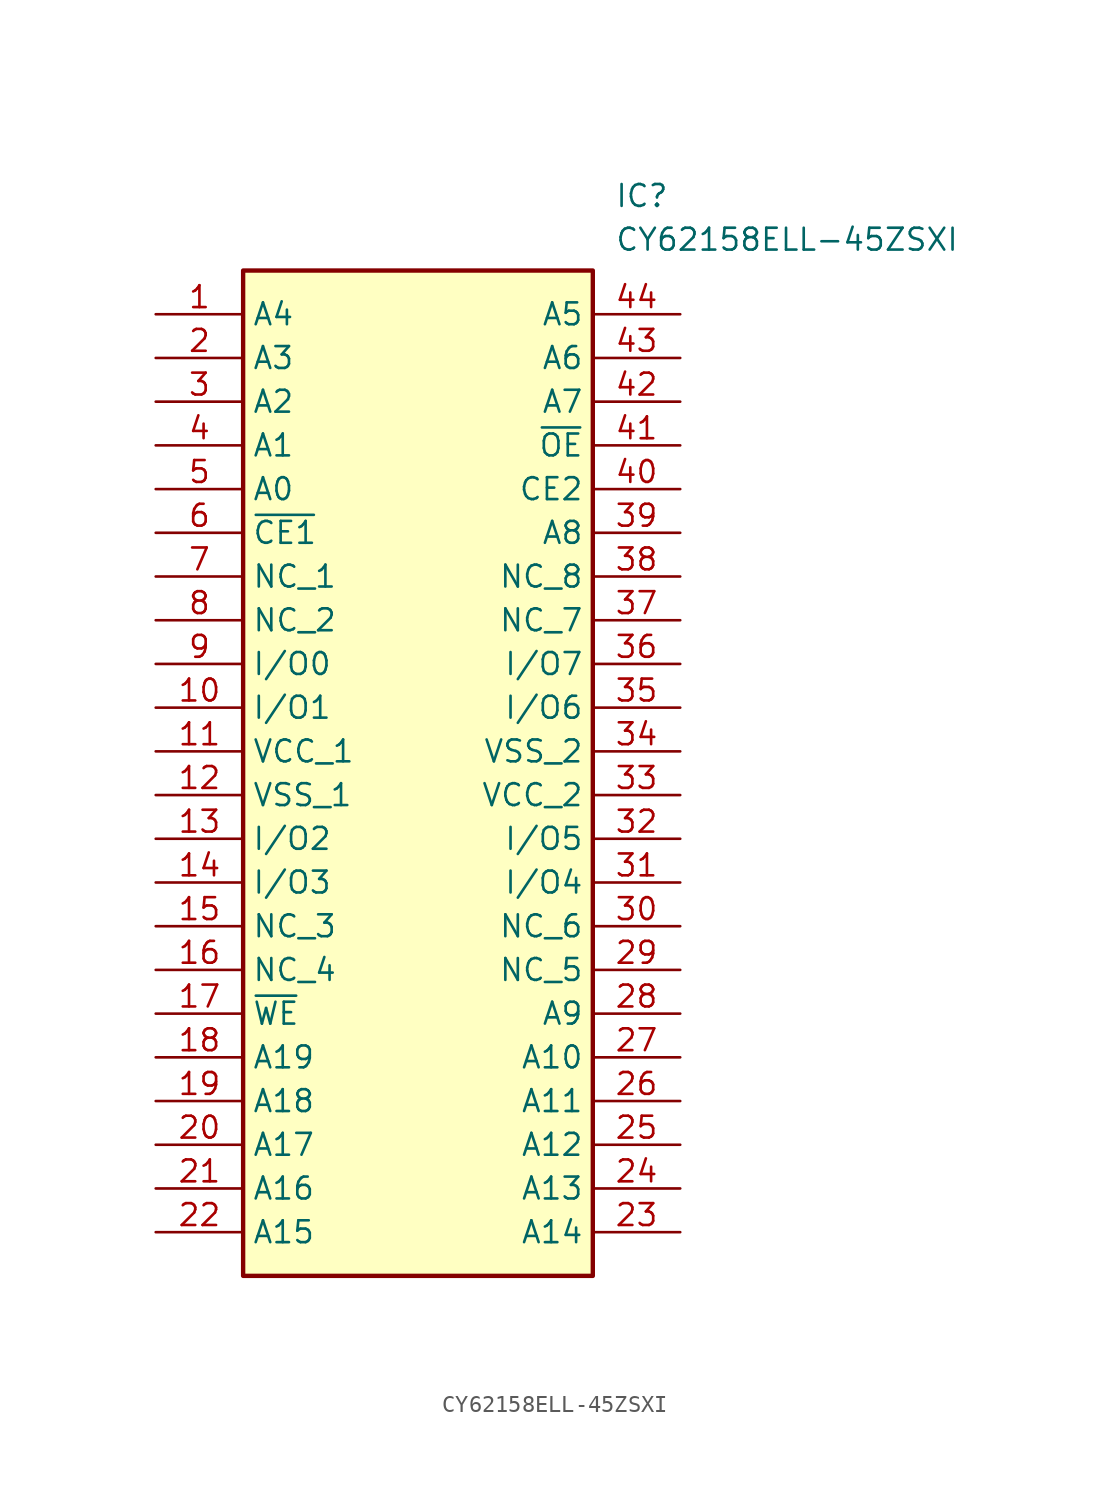
<source format=kicad_sym>
(kicad_symbol_lib
  (version 20211014)
  (generator SamacSys_ECAD_Model)
  (symbol "CY62158ELL-45ZSXI"
    (property "Reference" "IC"
      (at 26.67 7.62 0)
      (effects (font (size 1.27 1.27)) (justify left top)))
    (property "Value" "CY62158ELL-45ZSXI"
      (at 26.67 5.08 0)
      (effects (font (size 1.27 1.27)) (justify left top)))
    (rectangle
      (start 5.08 2.54)
      (end 25.4 -55.88)
      (stroke (width 0.254) (type default))
      (fill (type background)))
    (pin passive line
      (at 0 0 0)
      (length 5.08)
      (name "A4" (effects (font (size 1.27 1.27))))
      (number "1" (effects (font (size 1.27 1.27)))))
    (pin passive line
      (at 0 -2.54 0)
      (length 5.08)
      (name "A3" (effects (font (size 1.27 1.27))))
      (number "2" (effects (font (size 1.27 1.27)))))
    (pin passive line
      (at 0 -5.08 0)
      (length 5.08)
      (name "A2" (effects (font (size 1.27 1.27))))
      (number "3" (effects (font (size 1.27 1.27)))))
    (pin passive line
      (at 0 -7.62 0)
      (length 5.08)
      (name "A1" (effects (font (size 1.27 1.27))))
      (number "4" (effects (font (size 1.27 1.27)))))
    (pin passive line
      (at 0 -10.16 0)
      (length 5.08)
      (name "A0" (effects (font (size 1.27 1.27))))
      (number "5" (effects (font (size 1.27 1.27)))))
    (pin passive line
      (at 0 -12.7 0)
      (length 5.08)
      (name "~{CE1}" (effects (font (size 1.27 1.27))))
      (number "6" (effects (font (size 1.27 1.27)))))
    (pin passive line
      (at 0 -15.24 0)
      (length 5.08)
      (name "NC_1" (effects (font (size 1.27 1.27))))
      (number "7" (effects (font (size 1.27 1.27)))))
    (pin passive line
      (at 0 -17.78 0)
      (length 5.08)
      (name "NC_2" (effects (font (size 1.27 1.27))))
      (number "8" (effects (font (size 1.27 1.27)))))
    (pin passive line
      (at 0 -20.32 0)
      (length 5.08)
      (name "I/O0" (effects (font (size 1.27 1.27))))
      (number "9" (effects (font (size 1.27 1.27)))))
    (pin passive line
      (at 0 -22.86 0)
      (length 5.08)
      (name "I/O1" (effects (font (size 1.27 1.27))))
      (number "10" (effects (font (size 1.27 1.27)))))
    (pin passive line
      (at 0 -25.4 0)
      (length 5.08)
      (name "VCC_1" (effects (font (size 1.27 1.27))))
      (number "11" (effects (font (size 1.27 1.27)))))
    (pin passive line
      (at 0 -27.94 0)
      (length 5.08)
      (name "VSS_1" (effects (font (size 1.27 1.27))))
      (number "12" (effects (font (size 1.27 1.27)))))
    (pin passive line
      (at 0 -30.48 0)
      (length 5.08)
      (name "I/O2" (effects (font (size 1.27 1.27))))
      (number "13" (effects (font (size 1.27 1.27)))))
    (pin passive line
      (at 0 -33.02 0)
      (length 5.08)
      (name "I/O3" (effects (font (size 1.27 1.27))))
      (number "14" (effects (font (size 1.27 1.27)))))
    (pin passive line
      (at 0 -35.56 0)
      (length 5.08)
      (name "NC_3" (effects (font (size 1.27 1.27))))
      (number "15" (effects (font (size 1.27 1.27)))))
    (pin passive line
      (at 0 -38.1 0)
      (length 5.08)
      (name "NC_4" (effects (font (size 1.27 1.27))))
      (number "16" (effects (font (size 1.27 1.27)))))
    (pin passive line
      (at 0 -40.64 0)
      (length 5.08)
      (name "~{WE}" (effects (font (size 1.27 1.27))))
      (number "17" (effects (font (size 1.27 1.27)))))
    (pin passive line
      (at 0 -43.18 0)
      (length 5.08)
      (name "A19" (effects (font (size 1.27 1.27))))
      (number "18" (effects (font (size 1.27 1.27)))))
    (pin passive line
      (at 0 -45.72 0)
      (length 5.08)
      (name "A18" (effects (font (size 1.27 1.27))))
      (number "19" (effects (font (size 1.27 1.27)))))
    (pin passive line
      (at 0 -48.26 0)
      (length 5.08)
      (name "A17" (effects (font (size 1.27 1.27))))
      (number "20" (effects (font (size 1.27 1.27)))))
    (pin passive line
      (at 0 -50.8 0)
      (length 5.08)
      (name "A16" (effects (font (size 1.27 1.27))))
      (number "21" (effects (font (size 1.27 1.27)))))
    (pin passive line
      (at 0 -53.34 0)
      (length 5.08)
      (name "A15" (effects (font (size 1.27 1.27))))
      (number "22" (effects (font (size 1.27 1.27)))))
    (pin passive line
      (at 30.48 0 180)
      (length 5.08)
      (name "A5" (effects (font (size 1.27 1.27))))
      (number "44" (effects (font (size 1.27 1.27)))))
    (pin passive line
      (at 30.48 -2.54 180)
      (length 5.08)
      (name "A6" (effects (font (size 1.27 1.27))))
      (number "43" (effects (font (size 1.27 1.27)))))
    (pin passive line
      (at 30.48 -5.08 180)
      (length 5.08)
      (name "A7" (effects (font (size 1.27 1.27))))
      (number "42" (effects (font (size 1.27 1.27)))))
    (pin passive line
      (at 30.48 -7.62 180)
      (length 5.08)
      (name "~{OE}" (effects (font (size 1.27 1.27))))
      (number "41" (effects (font (size 1.27 1.27)))))
    (pin passive line
      (at 30.48 -10.16 180)
      (length 5.08)
      (name "CE2" (effects (font (size 1.27 1.27))))
      (number "40" (effects (font (size 1.27 1.27)))))
    (pin passive line
      (at 30.48 -12.7 180)
      (length 5.08)
      (name "A8" (effects (font (size 1.27 1.27))))
      (number "39" (effects (font (size 1.27 1.27)))))
    (pin passive line
      (at 30.48 -15.24 180)
      (length 5.08)
      (name "NC_8" (effects (font (size 1.27 1.27))))
      (number "38" (effects (font (size 1.27 1.27)))))
    (pin passive line
      (at 30.48 -17.78 180)
      (length 5.08)
      (name "NC_7" (effects (font (size 1.27 1.27))))
      (number "37" (effects (font (size 1.27 1.27)))))
    (pin passive line
      (at 30.48 -20.32 180)
      (length 5.08)
      (name "I/O7" (effects (font (size 1.27 1.27))))
      (number "36" (effects (font (size 1.27 1.27)))))
    (pin passive line
      (at 30.48 -22.86 180)
      (length 5.08)
      (name "I/O6" (effects (font (size 1.27 1.27))))
      (number "35" (effects (font (size 1.27 1.27)))))
    (pin passive line
      (at 30.48 -25.4 180)
      (length 5.08)
      (name "VSS_2" (effects (font (size 1.27 1.27))))
      (number "34" (effects (font (size 1.27 1.27)))))
    (pin passive line
      (at 30.48 -27.94 180)
      (length 5.08)
      (name "VCC_2" (effects (font (size 1.27 1.27))))
      (number "33" (effects (font (size 1.27 1.27)))))
    (pin passive line
      (at 30.48 -30.48 180)
      (length 5.08)
      (name "I/O5" (effects (font (size 1.27 1.27))))
      (number "32" (effects (font (size 1.27 1.27)))))
    (pin passive line
      (at 30.48 -33.02 180)
      (length 5.08)
      (name "I/O4" (effects (font (size 1.27 1.27))))
      (number "31" (effects (font (size 1.27 1.27)))))
    (pin passive line
      (at 30.48 -35.56 180)
      (length 5.08)
      (name "NC_6" (effects (font (size 1.27 1.27))))
      (number "30" (effects (font (size 1.27 1.27)))))
    (pin passive line
      (at 30.48 -38.1 180)
      (length 5.08)
      (name "NC_5" (effects (font (size 1.27 1.27))))
      (number "29" (effects (font (size 1.27 1.27)))))
    (pin passive line
      (at 30.48 -40.64 180)
      (length 5.08)
      (name "A9" (effects (font (size 1.27 1.27))))
      (number "28" (effects (font (size 1.27 1.27)))))
    (pin passive line
      (at 30.48 -43.18 180)
      (length 5.08)
      (name "A10" (effects (font (size 1.27 1.27))))
      (number "27" (effects (font (size 1.27 1.27)))))
    (pin passive line
      (at 30.48 -45.72 180)
      (length 5.08)
      (name "A11" (effects (font (size 1.27 1.27))))
      (number "26" (effects (font (size 1.27 1.27)))))
    (pin passive line
      (at 30.48 -48.26 180)
      (length 5.08)
      (name "A12" (effects (font (size 1.27 1.27))))
      (number "25" (effects (font (size 1.27 1.27)))))
    (pin passive line
      (at 30.48 -50.8 180)
      (length 5.08)
      (name "A13" (effects (font (size 1.27 1.27))))
      (number "24" (effects (font (size 1.27 1.27)))))
    (pin passive line
      (at 30.48 -53.34 180)
      (length 5.08)
      (name "A14" (effects (font (size 1.27 1.27))))
      (number "23" (effects (font (size 1.27 1.27)))))))
</source>
